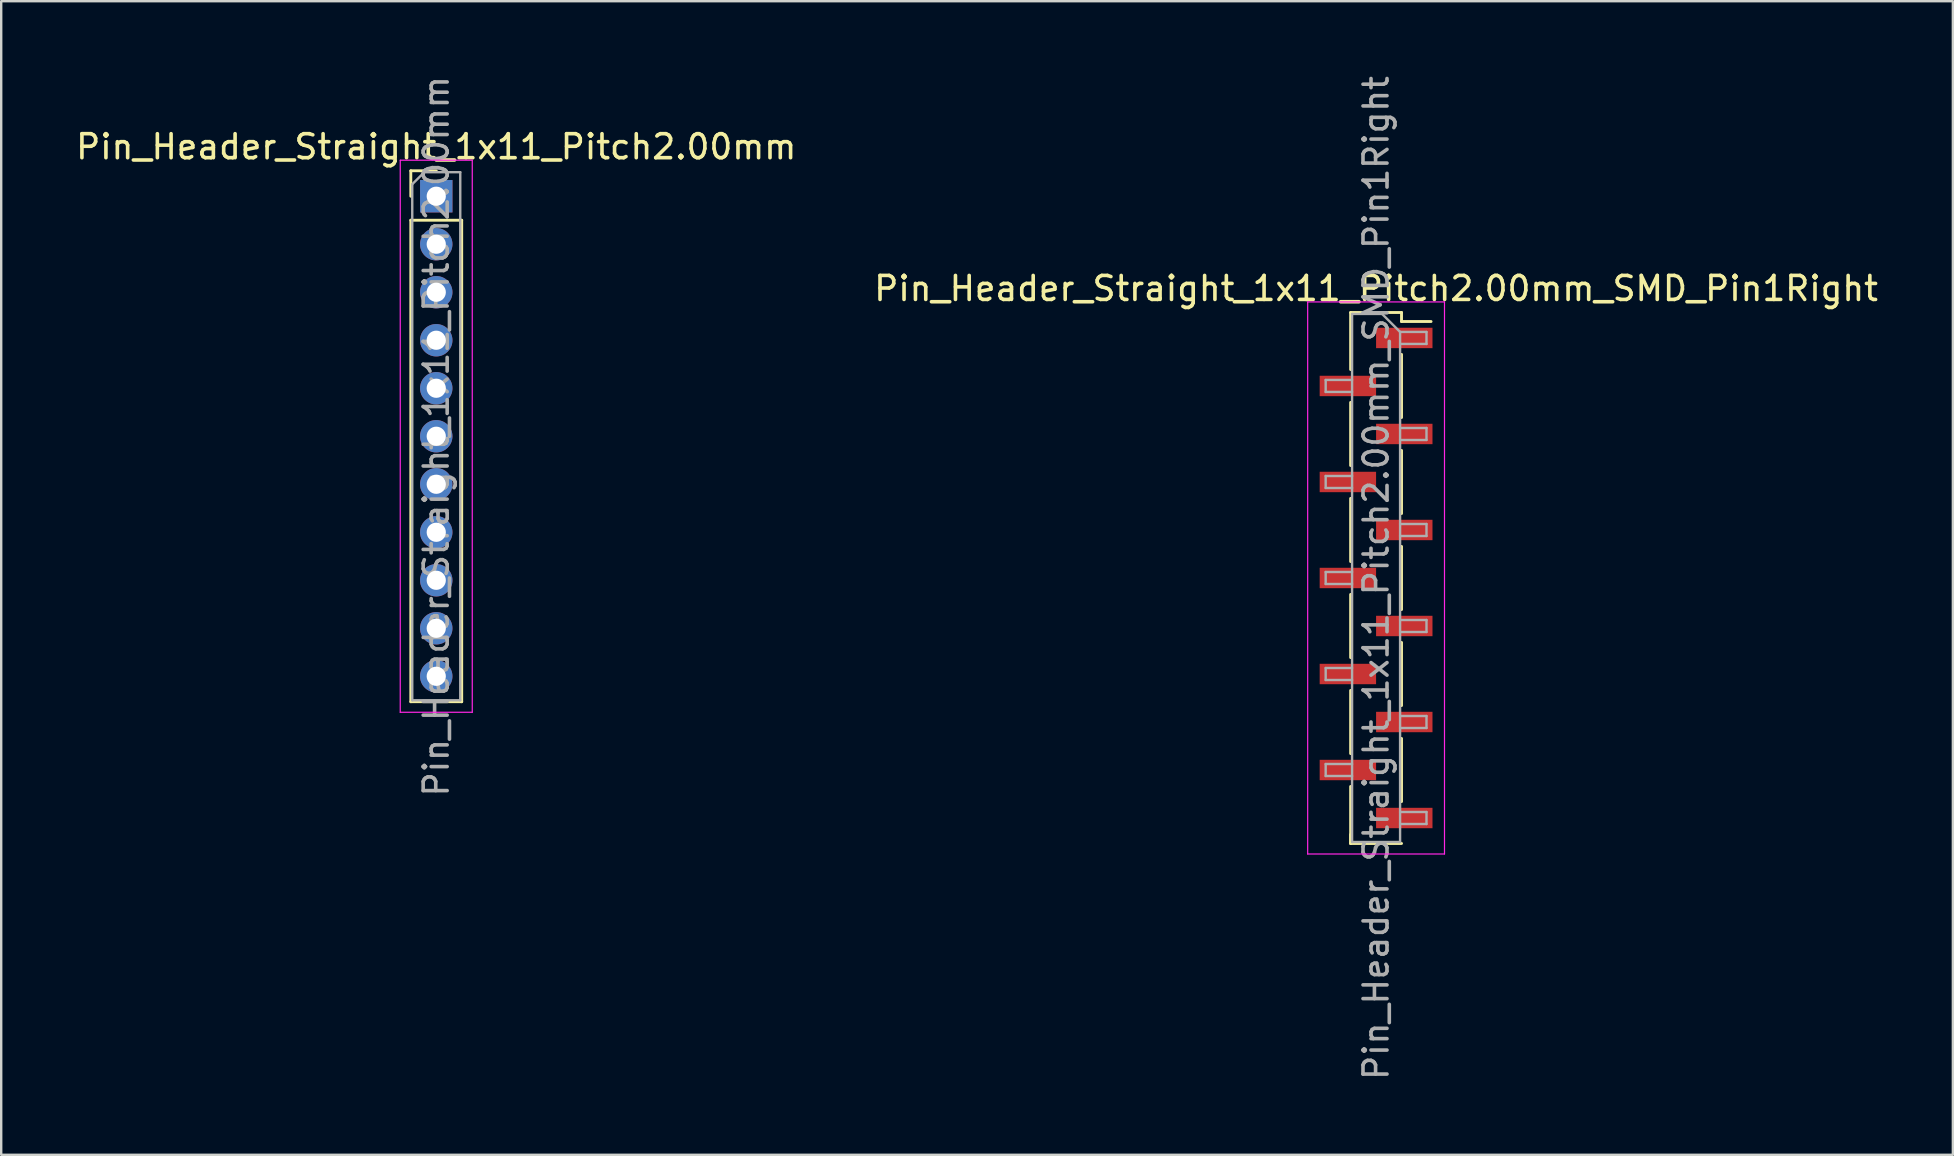
<source format=kicad_pcb>
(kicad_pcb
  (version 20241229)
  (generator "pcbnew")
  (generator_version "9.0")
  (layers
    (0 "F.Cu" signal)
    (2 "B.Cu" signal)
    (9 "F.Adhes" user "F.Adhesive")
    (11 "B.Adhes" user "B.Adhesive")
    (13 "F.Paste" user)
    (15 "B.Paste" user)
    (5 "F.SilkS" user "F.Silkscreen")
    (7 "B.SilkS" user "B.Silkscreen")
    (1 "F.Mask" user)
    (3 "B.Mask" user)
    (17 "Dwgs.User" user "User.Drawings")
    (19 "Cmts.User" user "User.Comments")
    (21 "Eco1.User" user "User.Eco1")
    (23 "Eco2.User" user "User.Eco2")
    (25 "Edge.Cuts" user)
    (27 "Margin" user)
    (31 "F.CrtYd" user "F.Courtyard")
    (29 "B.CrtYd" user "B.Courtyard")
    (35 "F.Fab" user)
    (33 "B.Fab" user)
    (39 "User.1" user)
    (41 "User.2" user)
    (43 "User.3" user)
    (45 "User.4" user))
  (footprint "Pin_Header_Straight_1x11_Pitch2.00mm_SMD_Pin1Right"
    (layer "F.Cu")
    (at 54.28 21.03)
    (property "Reference" "Pin_Header_Straight_1x11_Pitch2.00mm_SMD_Pin1Right" (at 0 -12.06 0) (layer "F.SilkS") (effects (font (size 1 1) (thickness 0.15))))
    (attr smd)
    (fp_line (start -1.06 -11.06) (end -1.06 -8.685) (stroke (width 0.12) (type solid)) (layer "F.SilkS"))
    (fp_line (start -1.06 -11.06) (end 1.06 -11.06) (stroke (width 0.12) (type solid)) (layer "F.SilkS"))
    (fp_line (start -1.06 -7.315) (end -1.06 -4.685) (stroke (width 0.12) (type solid)) (layer "F.SilkS"))
    (fp_line (start -1.06 -3.315) (end -1.06 -0.685) (stroke (width 0.12) (type solid)) (layer "F.SilkS"))
    (fp_line (start -1.06 0.685) (end -1.06 3.315) (stroke (width 0.12) (type solid)) (layer "F.SilkS"))
    (fp_line (start -1.06 4.685) (end -1.06 7.315) (stroke (width 0.12) (type solid)) (layer "F.SilkS"))
    (fp_line (start -1.06 8.685) (end -1.06 11.06) (stroke (width 0.12) (type solid)) (layer "F.SilkS"))
    (fp_line (start -1.06 10.685) (end -1.06 11.06) (stroke (width 0.12) (type solid)) (layer "F.SilkS"))
    (fp_line (start -1.06 11.06) (end 1.06 11.06) (stroke (width 0.12) (type solid)) (layer "F.SilkS"))
    (fp_line (start 1.06 -11.06) (end 1.06 -10.685) (stroke (width 0.12) (type solid)) (layer "F.SilkS"))
    (fp_line (start 1.06 -10.685) (end 2.29 -10.685) (stroke (width 0.12) (type solid)) (layer "F.SilkS"))
    (fp_line (start 1.06 -9.315) (end 1.06 -6.685) (stroke (width 0.12) (type solid)) (layer "F.SilkS"))
    (fp_line (start 1.06 -5.315) (end 1.06 -2.685) (stroke (width 0.12) (type solid)) (layer "F.SilkS"))
    (fp_line (start 1.06 -1.315) (end 1.06 1.315) (stroke (width 0.12) (type solid)) (layer "F.SilkS"))
    (fp_line (start 1.06 2.685) (end 1.06 5.315) (stroke (width 0.12) (type solid)) (layer "F.SilkS"))
    (fp_line (start 1.06 6.685) (end 1.06 9.315) (stroke (width 0.12) (type solid)) (layer "F.SilkS"))
    (fp_line (start -2.85 -11.5) (end -2.85 11.5) (stroke (width 0.05) (type solid)) (layer "F.CrtYd"))
    (fp_line (start -2.85 11.5) (end 2.85 11.5) (stroke (width 0.05) (type solid)) (layer "F.CrtYd"))
    (fp_line (start 2.85 -11.5) (end -2.85 -11.5) (stroke (width 0.05) (type solid)) (layer "F.CrtYd"))
    (fp_line (start 2.85 11.5) (end 2.85 -11.5) (stroke (width 0.05) (type solid)) (layer "F.CrtYd"))
    (fp_line (start -2.1 -8.25) (end -2.1 -7.75) (stroke (width 0.1) (type solid)) (layer "F.Fab"))
    (fp_line (start -2.1 -7.75) (end -1 -7.75) (stroke (width 0.1) (type solid)) (layer "F.Fab"))
    (fp_line (start -2.1 -4.25) (end -2.1 -3.75) (stroke (width 0.1) (type solid)) (layer "F.Fab"))
    (fp_line (start -2.1 -3.75) (end -1 -3.75) (stroke (width 0.1) (type solid)) (layer "F.Fab"))
    (fp_line (start -2.1 -0.25) (end -2.1 0.25) (stroke (width 0.1) (type solid)) (layer "F.Fab"))
    (fp_line (start -2.1 0.25) (end -1 0.25) (stroke (width 0.1) (type solid)) (layer "F.Fab"))
    (fp_line (start -2.1 3.75) (end -2.1 4.25) (stroke (width 0.1) (type solid)) (layer "F.Fab"))
    (fp_line (start -2.1 4.25) (end -1 4.25) (stroke (width 0.1) (type solid)) (layer "F.Fab"))
    (fp_line (start -2.1 7.75) (end -2.1 8.25) (stroke (width 0.1) (type solid)) (layer "F.Fab"))
    (fp_line (start -2.1 8.25) (end -1 8.25) (stroke (width 0.1) (type solid)) (layer "F.Fab"))
    (fp_line (start -1 -11) (end -1 11) (stroke (width 0.1) (type solid)) (layer "F.Fab"))
    (fp_line (start -1 -11) (end 0.25 -11) (stroke (width 0.1) (type solid)) (layer "F.Fab"))
    (fp_line (start -1 -8.25) (end -2.1 -8.25) (stroke (width 0.1) (type solid)) (layer "F.Fab"))
    (fp_line (start -1 -4.25) (end -2.1 -4.25) (stroke (width 0.1) (type solid)) (layer "F.Fab"))
    (fp_line (start -1 -0.25) (end -2.1 -0.25) (stroke (width 0.1) (type solid)) (layer "F.Fab"))
    (fp_line (start -1 3.75) (end -2.1 3.75) (stroke (width 0.1) (type solid)) (layer "F.Fab"))
    (fp_line (start -1 7.75) (end -2.1 7.75) (stroke (width 0.1) (type solid)) (layer "F.Fab"))
    (fp_line (start 1 -10.25) (end 0.25 -11) (stroke (width 0.1) (type solid)) (layer "F.Fab"))
    (fp_line (start 1 -10.25) (end 2.1 -10.25) (stroke (width 0.1) (type solid)) (layer "F.Fab"))
    (fp_line (start 1 -6.25) (end 2.1 -6.25) (stroke (width 0.1) (type solid)) (layer "F.Fab"))
    (fp_line (start 1 -2.25) (end 2.1 -2.25) (stroke (width 0.1) (type solid)) (layer "F.Fab"))
    (fp_line (start 1 1.75) (end 2.1 1.75) (stroke (width 0.1) (type solid)) (layer "F.Fab"))
    (fp_line (start 1 5.75) (end 2.1 5.75) (stroke (width 0.1) (type solid)) (layer "F.Fab"))
    (fp_line (start 1 9.75) (end 2.1 9.75) (stroke (width 0.1) (type solid)) (layer "F.Fab"))
    (fp_line (start 1 11) (end -1 11) (stroke (width 0.1) (type solid)) (layer "F.Fab"))
    (fp_line (start 1 11) (end 1 -10.25) (stroke (width 0.1) (type solid)) (layer "F.Fab"))
    (fp_line (start 2.1 -10.25) (end 2.1 -9.75) (stroke (width 0.1) (type solid)) (layer "F.Fab"))
    (fp_line (start 2.1 -9.75) (end 1 -9.75) (stroke (width 0.1) (type solid)) (layer "F.Fab"))
    (fp_line (start 2.1 -6.25) (end 2.1 -5.75) (stroke (width 0.1) (type solid)) (layer "F.Fab"))
    (fp_line (start 2.1 -5.75) (end 1 -5.75) (stroke (width 0.1) (type solid)) (layer "F.Fab"))
    (fp_line (start 2.1 -2.25) (end 2.1 -1.75) (stroke (width 0.1) (type solid)) (layer "F.Fab"))
    (fp_line (start 2.1 -1.75) (end 1 -1.75) (stroke (width 0.1) (type solid)) (layer "F.Fab"))
    (fp_line (start 2.1 1.75) (end 2.1 2.25) (stroke (width 0.1) (type solid)) (layer "F.Fab"))
    (fp_line (start 2.1 2.25) (end 1 2.25) (stroke (width 0.1) (type solid)) (layer "F.Fab"))
    (fp_line (start 2.1 5.75) (end 2.1 6.25) (stroke (width 0.1) (type solid)) (layer "F.Fab"))
    (fp_line (start 2.1 6.25) (end 1 6.25) (stroke (width 0.1) (type solid)) (layer "F.Fab"))
    (fp_line (start 2.1 9.75) (end 2.1 10.25) (stroke (width 0.1) (type solid)) (layer "F.Fab"))
    (fp_line (start 2.1 10.25) (end 1 10.25) (stroke (width 0.1) (type solid)) (layer "F.Fab"))
    (fp_text user "${REFERENCE}" (at 0 0 90) (layer "F.Fab") (effects (font (size 1 1) (thickness 0.15))))
    (pad "1" smd rect (at 1.175 -10) (size 2.35 0.85) (layers "F.Cu" "F.Mask" "F.Paste"))
    (pad "2" smd rect (at -1.175 -8) (size 2.35 0.85) (layers "F.Cu" "F.Mask" "F.Paste"))
    (pad "3" smd rect (at 1.175 -6) (size 2.35 0.85) (layers "F.Cu" "F.Mask" "F.Paste"))
    (pad "4" smd rect (at -1.175 -4) (size 2.35 0.85) (layers "F.Cu" "F.Mask" "F.Paste"))
    (pad "5" smd rect (at 1.175 -2) (size 2.35 0.85) (layers "F.Cu" "F.Mask" "F.Paste"))
    (pad "6" smd rect (at -1.175 0) (size 2.35 0.85) (layers "F.Cu" "F.Mask" "F.Paste"))
    (pad "7" smd rect (at 1.175 2) (size 2.35 0.85) (layers "F.Cu" "F.Mask" "F.Paste"))
    (pad "8" smd rect (at -1.175 4) (size 2.35 0.85) (layers "F.Cu" "F.Mask" "F.Paste"))
    (pad "9" smd rect (at 1.175 6) (size 2.35 0.85) (layers "F.Cu" "F.Mask" "F.Paste"))
    (pad "10" smd rect (at -1.175 8) (size 2.35 0.85) (layers "F.Cu" "F.Mask" "F.Paste"))
    (pad "11" smd rect (at 1.175 10) (size 2.35 0.85) (layers "F.Cu" "F.Mask" "F.Paste")))
  (footprint "Pin_Header_Straight_1x11_Pitch2.00mm"
    (layer "F.Cu")
    (at 15.125 5.125)
    (property "Reference" "Pin_Header_Straight_1x11_Pitch2.00mm" (at 0 -2.06 0) (layer "F.SilkS") (effects (font (size 1 1) (thickness 0.15))))
    (attr through_hole)
    (fp_line (start -1.06 -1.06) (end 0 -1.06) (stroke (width 0.12) (type solid)) (layer "F.SilkS"))
    (fp_line (start -1.06 0) (end -1.06 -1.06) (stroke (width 0.12) (type solid)) (layer "F.SilkS"))
    (fp_line (start -1.06 1) (end -1.06 21.06) (stroke (width 0.12) (type solid)) (layer "F.SilkS"))
    (fp_line (start -1.06 1) (end 1.06 1) (stroke (width 0.12) (type solid)) (layer "F.SilkS"))
    (fp_line (start -1.06 21.06) (end 1.06 21.06) (stroke (width 0.12) (type solid)) (layer "F.SilkS"))
    (fp_line (start 1.06 1) (end 1.06 21.06) (stroke (width 0.12) (type solid)) (layer "F.SilkS"))
    (fp_line (start -1.5 -1.5) (end -1.5 21.5) (stroke (width 0.05) (type solid)) (layer "F.CrtYd"))
    (fp_line (start -1.5 21.5) (end 1.5 21.5) (stroke (width 0.05) (type solid)) (layer "F.CrtYd"))
    (fp_line (start 1.5 -1.5) (end -1.5 -1.5) (stroke (width 0.05) (type solid)) (layer "F.CrtYd"))
    (fp_line (start 1.5 21.5) (end 1.5 -1.5) (stroke (width 0.05) (type solid)) (layer "F.CrtYd"))
    (fp_line (start -1 -0.5) (end -0.5 -1) (stroke (width 0.1) (type solid)) (layer "F.Fab"))
    (fp_line (start -1 21) (end -1 -0.5) (stroke (width 0.1) (type solid)) (layer "F.Fab"))
    (fp_line (start -0.5 -1) (end 1 -1) (stroke (width 0.1) (type solid)) (layer "F.Fab"))
    (fp_line (start 1 -1) (end 1 21) (stroke (width 0.1) (type solid)) (layer "F.Fab"))
    (fp_line (start 1 21) (end -1 21) (stroke (width 0.1) (type solid)) (layer "F.Fab"))
    (fp_text user "${REFERENCE}" (at 0 10 90) (layer "F.Fab") (effects (font (size 1 1) (thickness 0.15))))
    (pad "1" thru_hole rect (at 0 0) (size 1.35 1.35) (drill 0.8) (layers "*.Cu" "*.Mask"))
    (pad "2" thru_hole oval (at 0 2) (size 1.35 1.35) (drill 0.8) (layers "*.Cu" "*.Mask"))
    (pad "3" thru_hole oval (at 0 4) (size 1.35 1.35) (drill 0.8) (layers "*.Cu" "*.Mask"))
    (pad "4" thru_hole oval (at 0 6) (size 1.35 1.35) (drill 0.8) (layers "*.Cu" "*.Mask"))
    (pad "5" thru_hole oval (at 0 8) (size 1.35 1.35) (drill 0.8) (layers "*.Cu" "*.Mask"))
    (pad "6" thru_hole oval (at 0 10) (size 1.35 1.35) (drill 0.8) (layers "*.Cu" "*.Mask"))
    (pad "7" thru_hole oval (at 0 12) (size 1.35 1.35) (drill 0.8) (layers "*.Cu" "*.Mask"))
    (pad "8" thru_hole oval (at 0 14) (size 1.35 1.35) (drill 0.8) (layers "*.Cu" "*.Mask"))
    (pad "9" thru_hole oval (at 0 16) (size 1.35 1.35) (drill 0.8) (layers "*.Cu" "*.Mask"))
    (pad "10" thru_hole oval (at 0 18) (size 1.35 1.35) (drill 0.8) (layers "*.Cu" "*.Mask"))
    (pad "11" thru_hole oval (at 0 20) (size 1.35 1.35) (drill 0.8) (layers "*.Cu" "*.Mask")))
  (gr_rect
    (start -3 -3)
    (end 78.31 45.06)
    (stroke (width 0.1) (type default))
    (fill no)
    (layer "Edge.Cuts")))
</source>
